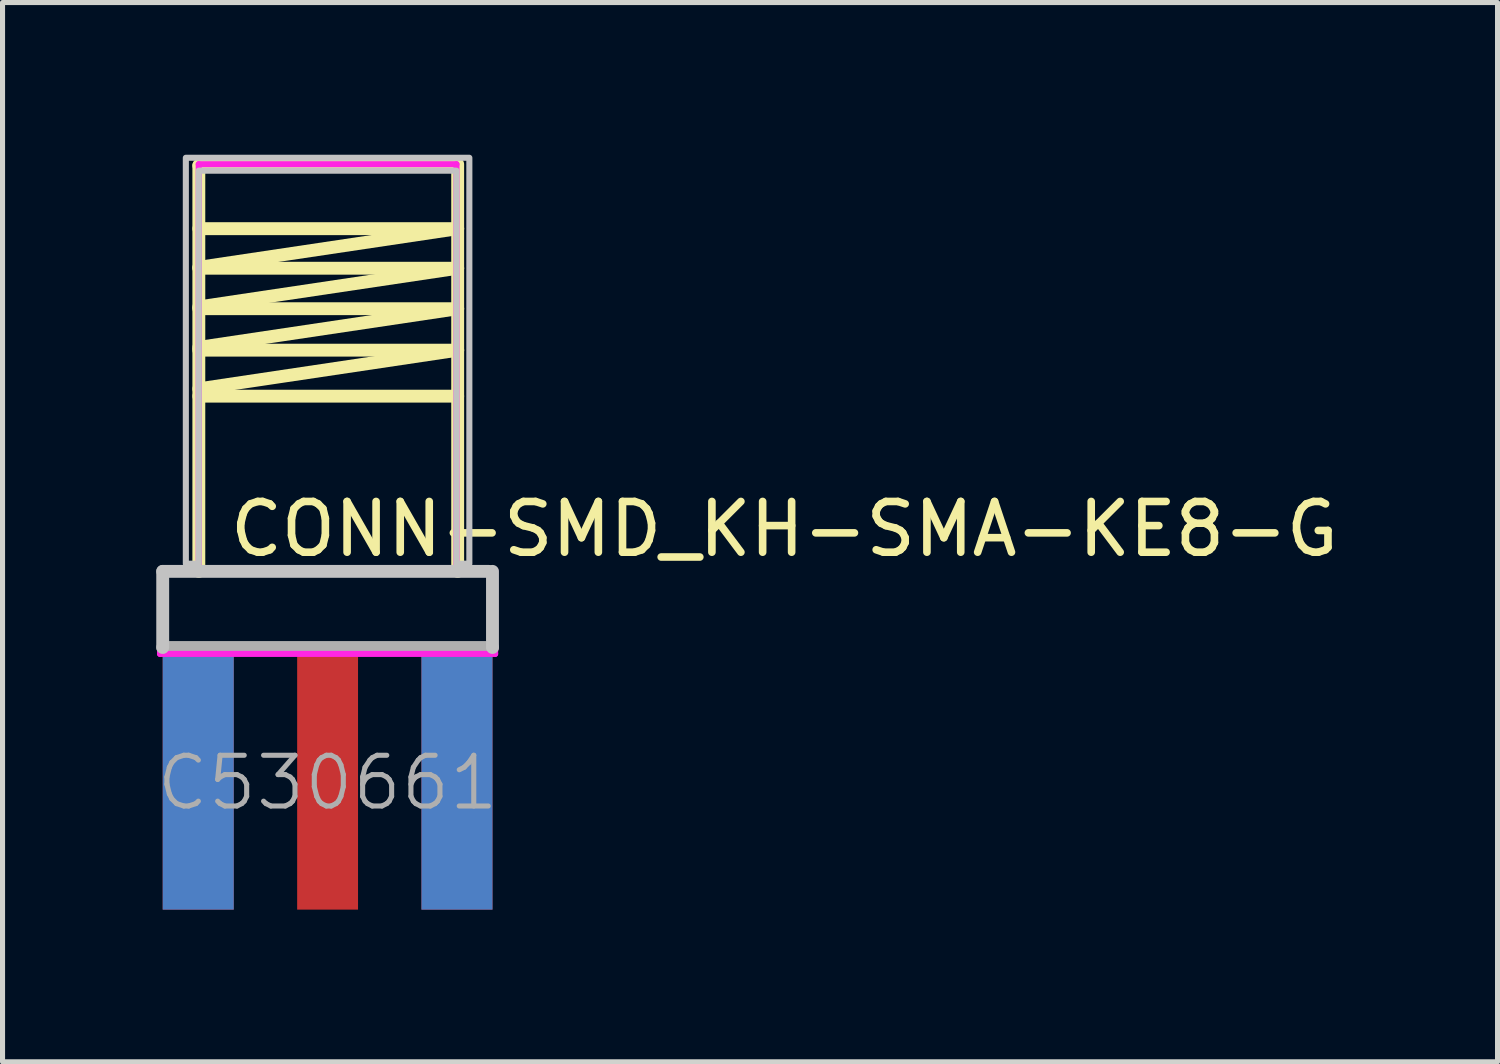
<source format=kicad_pcb>
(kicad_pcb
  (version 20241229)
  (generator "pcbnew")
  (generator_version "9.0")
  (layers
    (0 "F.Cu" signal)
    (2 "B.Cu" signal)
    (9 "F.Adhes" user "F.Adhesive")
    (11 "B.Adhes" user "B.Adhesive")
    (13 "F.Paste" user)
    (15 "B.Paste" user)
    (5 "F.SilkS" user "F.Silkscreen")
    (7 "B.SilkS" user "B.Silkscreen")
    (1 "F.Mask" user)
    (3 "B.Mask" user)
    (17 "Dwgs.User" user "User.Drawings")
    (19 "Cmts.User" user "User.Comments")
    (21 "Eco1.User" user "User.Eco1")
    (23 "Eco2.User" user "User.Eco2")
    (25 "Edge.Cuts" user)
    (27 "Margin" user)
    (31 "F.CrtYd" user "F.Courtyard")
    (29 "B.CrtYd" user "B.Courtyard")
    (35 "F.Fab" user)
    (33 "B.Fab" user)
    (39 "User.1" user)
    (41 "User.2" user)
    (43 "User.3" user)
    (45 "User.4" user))
  (footprint "CONN-SMD_KH-SMA-KE8-G"
    (layer "F.Cu")
    (at 3.407 12.379)
    (property "Reference" "CONN-SMD_KH-SMA-KE8-G" (at -2 -5 0) (layer "F.SilkS") (effects (font (size 1 1) (thickness 0.15)) (justify left)))
    (attr through_hole)
    (fp_line (start -2.538 -12.167) (end 2.54 -12.167) (stroke (width 0.254) (type solid)) (layer "F.SilkS"))
    (fp_line (start -2.538 -10.922) (end 2.564 -10.922) (stroke (width 0.254) (type solid)) (layer "F.SilkS"))
    (fp_line (start -2.538 -10.142) (end 2.564 -10.142) (stroke (width 0.254) (type solid)) (layer "F.SilkS"))
    (fp_line (start -2.538 -9.344) (end 2.564 -9.344) (stroke (width 0.254) (type solid)) (layer "F.SilkS"))
    (fp_line (start -2.538 -8.527) (end 2.564 -8.527) (stroke (width 0.254) (type solid)) (layer "F.SilkS"))
    (fp_line (start -2.538 -7.62) (end 2.564 -7.62) (stroke (width 0.254) (type solid)) (layer "F.SilkS"))
    (fp_line (start -2.538 -4.167) (end -2.538 -12.167) (stroke (width 0.254) (type solid)) (layer "F.SilkS"))
    (fp_line (start 2.564 -10.922) (end -2.538 -10.16) (stroke (width 0.254) (type solid)) (layer "F.SilkS"))
    (fp_line (start 2.564 -10.142) (end -2.538 -9.38) (stroke (width 0.254) (type solid)) (layer "F.SilkS"))
    (fp_line (start 2.564 -9.344) (end -2.538 -8.582) (stroke (width 0.254) (type solid)) (layer "F.SilkS"))
    (fp_line (start 2.564 -8.527) (end -2.538 -7.765) (stroke (width 0.254) (type solid)) (layer "F.SilkS"))
    (fp_line (start 2.564 -4.167) (end 2.564 -12.192) (stroke (width 0.254) (type solid)) (layer "F.SilkS"))
    (fp_line (start -3.25 -4.167) (end 3.175 -4.167) (stroke (width 0.254) (type solid)) (layer "Dwgs.User"))
    (fp_line (start -3.25 -2.667) (end -3.25 -4.167) (stroke (width 0.254) (type solid)) (layer "Dwgs.User"))
    (fp_line (start 3.25 -2.667) (end 3.25 -4.167) (stroke (width 0.254) (type solid)) (layer "Dwgs.User"))
    (fp_poly (pts (xy -2.54 -12.065) (xy -2.54 -4.318) (xy -2.794 -4.318) (xy -2.794 -12.319) (xy 2.794 -12.319) (xy 2.794 -4.318) (xy 2.54 -4.318) (xy 2.54 -12.065) (xy -2.54 -12.065)) (stroke (width 0.12) (type solid)) (fill no) (layer "Dwgs.User"))
    (fp_circle (center -3.302 1.3) (end -3.272 1.3) (stroke (width 0.06) (type solid)) (fill no) (layer "Eco2.User"))
    (fp_poly (pts (xy -3 -2.7) (xy -2.1 -2.7) (xy -2.1 1.3) (xy -3 1.3)) (stroke (width 0.12) (type solid)) (fill no) (layer "Eco2.User"))
    (fp_poly (pts (xy -3 -2.7) (xy -2.1 -2.7) (xy -2.1 1.3) (xy -3 1.3)) (stroke (width 0.12) (type solid)) (fill no) (layer "Eco2.User"))
    (fp_poly (pts (xy -0.45 -2.7) (xy 0.45 -2.7) (xy 0.45 1.3) (xy -0.45 1.3)) (stroke (width 0.12) (type solid)) (fill no) (layer "Eco2.User"))
    (fp_poly (pts (xy 2.1 -2.7) (xy 3 -2.7) (xy 3 1.3) (xy 2.1 1.3)) (stroke (width 0.12) (type solid)) (fill no) (layer "Eco2.User"))
    (fp_poly (pts (xy 2.1 -2.7) (xy 3 -2.7) (xy 3 1.3) (xy 2.1 1.3)) (stroke (width 0.12) (type solid)) (fill no) (layer "Eco2.User"))
    (fp_line (start -3.302 -4.191) (end -2.54 -4.191) (stroke (width 0.12) (type solid)) (layer "F.CrtYd"))
    (fp_line (start -3.302 -2.54) (end -3.302 -4.191) (stroke (width 0.12) (type solid)) (layer "F.CrtYd"))
    (fp_line (start -2.54 -12.192) (end 2.54 -12.192) (stroke (width 0.12) (type solid)) (layer "F.CrtYd"))
    (fp_line (start -2.54 -4.191) (end -2.54 -12.192) (stroke (width 0.12) (type solid)) (layer "F.CrtYd"))
    (fp_line (start 2.54 -12.192) (end 2.54 -4.191) (stroke (width 0.12) (type solid)) (layer "F.CrtYd"))
    (fp_line (start 2.54 -4.191) (end 3.302 -4.191) (stroke (width 0.12) (type solid)) (layer "F.CrtYd"))
    (fp_line (start 3.302 -4.191) (end 3.302 -2.54) (stroke (width 0.12) (type solid)) (layer "F.CrtYd"))
    (fp_line (start 3.302 -2.54) (end -3.302 -2.54) (stroke (width 0.12) (type solid)) (layer "F.CrtYd"))
    (fp_line (start -3.25 -2.667) (end 3.25 -2.667) (stroke (width 0.254) (type solid)) (layer "F.Fab"))
    (fp_text user "C530661" (at 0 0 0) (layer "F.Fab") (effects (font (size 1 1) (thickness 0.1))))
    (pad "1" smd rect (at 0 0) (size 1.2 5) (layers "F.Cu" "F.Mask" "F.Paste"))
    (pad "2" smd rect (at -2.55 0) (size 1.4 5) (layers "F.Cu" "F.Mask" "F.Paste"))
    (pad "2" smd rect (at -2.55 0) (size 1.4 5) (layers "B.Cu" "B.Mask" "B.Paste"))
    (pad "2" smd rect (at 2.55 0) (size 1.4 5) (layers "F.Cu" "F.Mask" "F.Paste"))
    (pad "2" smd rect (at 2.55 0) (size 1.4 5) (layers "B.Cu" "B.Mask" "B.Paste")))
  (gr_rect
    (start -3 -3)
    (end 26.467 17.879)
    (stroke (width 0.1) (type default))
    (fill no)
    (layer "Edge.Cuts")))
</source>
